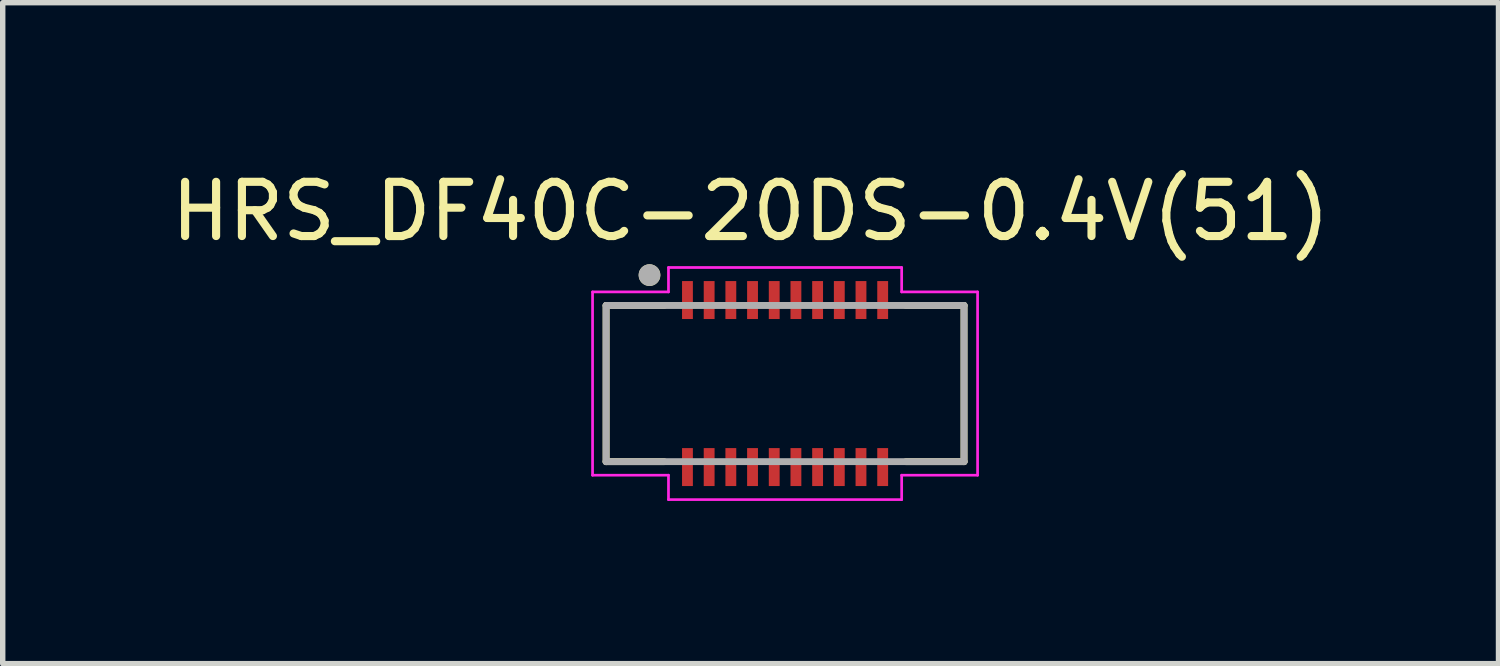
<source format=kicad_pcb>
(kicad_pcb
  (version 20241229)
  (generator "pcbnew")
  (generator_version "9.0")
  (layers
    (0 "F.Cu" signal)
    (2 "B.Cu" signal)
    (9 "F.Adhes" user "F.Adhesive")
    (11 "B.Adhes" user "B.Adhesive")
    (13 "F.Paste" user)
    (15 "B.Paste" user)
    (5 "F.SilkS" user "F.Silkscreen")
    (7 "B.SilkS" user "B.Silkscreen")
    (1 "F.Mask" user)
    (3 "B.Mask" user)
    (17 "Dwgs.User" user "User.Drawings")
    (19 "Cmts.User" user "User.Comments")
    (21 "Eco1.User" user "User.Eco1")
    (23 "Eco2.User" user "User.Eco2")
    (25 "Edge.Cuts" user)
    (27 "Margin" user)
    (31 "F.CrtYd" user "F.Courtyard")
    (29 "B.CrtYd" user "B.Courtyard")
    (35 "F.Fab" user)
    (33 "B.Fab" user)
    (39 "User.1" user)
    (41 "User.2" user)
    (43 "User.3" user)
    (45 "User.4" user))
  (footprint "HRS_DF40C-20DS-0.4V(51)"
    (layer "F.Cu")
    (at 11.427 4.023)
    (property "Reference" "HRS_DF40C-20DS-0.4V(51)" (at -0.635 -3.175 0) (layer "F.SilkS") (effects (font (size 1 1) (thickness 0.15))))
    (attr through_hole)
    (fp_line (start -3.3 -1.44) (end -3.3 1.44) (stroke (width 0.127) (type solid)) (layer "F.SilkS"))
    (fp_line (start -3.3 1.44) (end -2.23 1.44) (stroke (width 0.127) (type solid)) (layer "F.SilkS"))
    (fp_line (start -2.23 -1.44) (end -3.3 -1.44) (stroke (width 0.127) (type solid)) (layer "F.SilkS"))
    (fp_line (start 2.23 -1.44) (end 3.3 -1.44) (stroke (width 0.127) (type solid)) (layer "F.SilkS"))
    (fp_line (start 3.3 -1.44) (end 3.3 1.44) (stroke (width 0.127) (type solid)) (layer "F.SilkS"))
    (fp_line (start 3.3 1.44) (end 2.23 1.44) (stroke (width 0.127) (type solid)) (layer "F.SilkS"))
    (fp_circle (center -2.5 -2) (end -2.4 -2) (stroke (width 0.2) (type solid)) (fill no) (layer "F.SilkS"))
    (fp_poly (pts (xy -1.88 -1.82) (xy -1.72 -1.82) (xy -1.72 -1.26) (xy -1.88 -1.26)) (stroke (width 0.01) (type solid)) (fill yes) (layer "F.Paste"))
    (fp_poly (pts (xy -1.88 1.26) (xy -1.72 1.26) (xy -1.72 1.82) (xy -1.88 1.82)) (stroke (width 0.01) (type solid)) (fill yes) (layer "F.Paste"))
    (fp_poly (pts (xy -1.48 -1.82) (xy -1.32 -1.82) (xy -1.32 -1.26) (xy -1.48 -1.26)) (stroke (width 0.01) (type solid)) (fill yes) (layer "F.Paste"))
    (fp_poly (pts (xy -1.48 1.26) (xy -1.32 1.26) (xy -1.32 1.82) (xy -1.48 1.82)) (stroke (width 0.01) (type solid)) (fill yes) (layer "F.Paste"))
    (fp_poly (pts (xy -1.08 -1.82) (xy -0.92 -1.82) (xy -0.92 -1.26) (xy -1.08 -1.26)) (stroke (width 0.01) (type solid)) (fill yes) (layer "F.Paste"))
    (fp_poly (pts (xy -1.08 1.26) (xy -0.92 1.26) (xy -0.92 1.82) (xy -1.08 1.82)) (stroke (width 0.01) (type solid)) (fill yes) (layer "F.Paste"))
    (fp_poly (pts (xy -0.68 -1.82) (xy -0.52 -1.82) (xy -0.52 -1.26) (xy -0.68 -1.26)) (stroke (width 0.01) (type solid)) (fill yes) (layer "F.Paste"))
    (fp_poly (pts (xy -0.68 1.26) (xy -0.52 1.26) (xy -0.52 1.82) (xy -0.68 1.82)) (stroke (width 0.01) (type solid)) (fill yes) (layer "F.Paste"))
    (fp_poly (pts (xy -0.28 -1.82) (xy -0.12 -1.82) (xy -0.12 -1.26) (xy -0.28 -1.26)) (stroke (width 0.01) (type solid)) (fill yes) (layer "F.Paste"))
    (fp_poly (pts (xy -0.28 1.26) (xy -0.12 1.26) (xy -0.12 1.82) (xy -0.28 1.82)) (stroke (width 0.01) (type solid)) (fill yes) (layer "F.Paste"))
    (fp_poly (pts (xy 0.12 -1.82) (xy 0.28 -1.82) (xy 0.28 -1.26) (xy 0.12 -1.26)) (stroke (width 0.01) (type solid)) (fill yes) (layer "F.Paste"))
    (fp_poly (pts (xy 0.12 1.26) (xy 0.28 1.26) (xy 0.28 1.82) (xy 0.12 1.82)) (stroke (width 0.01) (type solid)) (fill yes) (layer "F.Paste"))
    (fp_poly (pts (xy 0.52 -1.82) (xy 0.68 -1.82) (xy 0.68 -1.26) (xy 0.52 -1.26)) (stroke (width 0.01) (type solid)) (fill yes) (layer "F.Paste"))
    (fp_poly (pts (xy 0.52 1.26) (xy 0.68 1.26) (xy 0.68 1.82) (xy 0.52 1.82)) (stroke (width 0.01) (type solid)) (fill yes) (layer "F.Paste"))
    (fp_poly (pts (xy 0.92 -1.82) (xy 1.08 -1.82) (xy 1.08 -1.26) (xy 0.92 -1.26)) (stroke (width 0.01) (type solid)) (fill yes) (layer "F.Paste"))
    (fp_poly (pts (xy 0.92 1.26) (xy 1.08 1.26) (xy 1.08 1.82) (xy 0.92 1.82)) (stroke (width 0.01) (type solid)) (fill yes) (layer "F.Paste"))
    (fp_poly (pts (xy 1.32 -1.82) (xy 1.48 -1.82) (xy 1.48 -1.26) (xy 1.32 -1.26)) (stroke (width 0.01) (type solid)) (fill yes) (layer "F.Paste"))
    (fp_poly (pts (xy 1.32 1.26) (xy 1.48 1.26) (xy 1.48 1.82) (xy 1.32 1.82)) (stroke (width 0.01) (type solid)) (fill yes) (layer "F.Paste"))
    (fp_poly (pts (xy 1.72 -1.82) (xy 1.88 -1.82) (xy 1.88 -1.26) (xy 1.72 -1.26)) (stroke (width 0.01) (type solid)) (fill yes) (layer "F.Paste"))
    (fp_poly (pts (xy 1.72 1.26) (xy 1.88 1.26) (xy 1.88 1.82) (xy 1.72 1.82)) (stroke (width 0.01) (type solid)) (fill yes) (layer "F.Paste"))
    (fp_line (start -3.55 -1.69) (end -2.15 -1.69) (stroke (width 0.05) (type solid)) (layer "F.CrtYd"))
    (fp_line (start -3.55 1.69) (end -3.55 -1.69) (stroke (width 0.05) (type solid)) (layer "F.CrtYd"))
    (fp_line (start -2.15 -2.14) (end 2.15 -2.14) (stroke (width 0.05) (type solid)) (layer "F.CrtYd"))
    (fp_line (start -2.15 -1.69) (end -2.15 -2.14) (stroke (width 0.05) (type solid)) (layer "F.CrtYd"))
    (fp_line (start -2.15 1.69) (end -3.55 1.69) (stroke (width 0.05) (type solid)) (layer "F.CrtYd"))
    (fp_line (start -2.15 2.14) (end -2.15 1.69) (stroke (width 0.05) (type solid)) (layer "F.CrtYd"))
    (fp_line (start 2.15 -2.14) (end 2.15 -1.69) (stroke (width 0.05) (type solid)) (layer "F.CrtYd"))
    (fp_line (start 2.15 -1.69) (end 3.55 -1.69) (stroke (width 0.05) (type solid)) (layer "F.CrtYd"))
    (fp_line (start 2.15 1.69) (end 2.15 2.14) (stroke (width 0.05) (type solid)) (layer "F.CrtYd"))
    (fp_line (start 2.15 2.14) (end -2.15 2.14) (stroke (width 0.05) (type solid)) (layer "F.CrtYd"))
    (fp_line (start 3.55 -1.69) (end 3.55 1.69) (stroke (width 0.05) (type solid)) (layer "F.CrtYd"))
    (fp_line (start 3.55 1.69) (end 2.15 1.69) (stroke (width 0.05) (type solid)) (layer "F.CrtYd"))
    (fp_line (start -3.3 -1.44) (end 3.3 -1.44) (stroke (width 0.127) (type solid)) (layer "F.Fab"))
    (fp_line (start -3.3 1.44) (end -3.3 -1.44) (stroke (width 0.127) (type solid)) (layer "F.Fab"))
    (fp_line (start 3.3 -1.44) (end 3.3 1.44) (stroke (width 0.127) (type solid)) (layer "F.Fab"))
    (fp_line (start 3.3 1.44) (end -3.3 1.44) (stroke (width 0.127) (type solid)) (layer "F.Fab"))
    (fp_circle (center -2.5 -2) (end -2.4 -2) (stroke (width 0.2) (type solid)) (fill no) (layer "F.Fab"))
    (pad "1" smd rect (at -1.8 -1.54) (size 0.2 0.7) (layers "F.Cu" "F.Mask"))
    (pad "2" smd rect (at -1.8 1.54) (size 0.2 0.7) (layers "F.Cu" "F.Mask"))
    (pad "3" smd rect (at -1.4 -1.54) (size 0.2 0.7) (layers "F.Cu" "F.Mask"))
    (pad "4" smd rect (at -1.4 1.54) (size 0.2 0.7) (layers "F.Cu" "F.Mask"))
    (pad "5" smd rect (at -1 -1.54) (size 0.2 0.7) (layers "F.Cu" "F.Mask"))
    (pad "6" smd rect (at -1 1.54) (size 0.2 0.7) (layers "F.Cu" "F.Mask"))
    (pad "7" smd rect (at -0.6 -1.54) (size 0.2 0.7) (layers "F.Cu" "F.Mask"))
    (pad "8" smd rect (at -0.6 1.54) (size 0.2 0.7) (layers "F.Cu" "F.Mask"))
    (pad "9" smd rect (at -0.2 -1.54) (size 0.2 0.7) (layers "F.Cu" "F.Mask"))
    (pad "10" smd rect (at -0.2 1.54) (size 0.2 0.7) (layers "F.Cu" "F.Mask"))
    (pad "11" smd rect (at 0.2 -1.54) (size 0.2 0.7) (layers "F.Cu" "F.Mask"))
    (pad "12" smd rect (at 0.2 1.54) (size 0.2 0.7) (layers "F.Cu" "F.Mask"))
    (pad "13" smd rect (at 0.6 -1.54) (size 0.2 0.7) (layers "F.Cu" "F.Mask"))
    (pad "14" smd rect (at 0.6 1.54) (size 0.2 0.7) (layers "F.Cu" "F.Mask"))
    (pad "15" smd rect (at 1 -1.54) (size 0.2 0.7) (layers "F.Cu" "F.Mask"))
    (pad "16" smd rect (at 1 1.54) (size 0.2 0.7) (layers "F.Cu" "F.Mask"))
    (pad "17" smd rect (at 1.4 -1.54) (size 0.2 0.7) (layers "F.Cu" "F.Mask"))
    (pad "18" smd rect (at 1.4 1.54) (size 0.2 0.7) (layers "F.Cu" "F.Mask"))
    (pad "19" smd rect (at 1.8 -1.54) (size 0.2 0.7) (layers "F.Cu" "F.Mask"))
    (pad "20" smd rect (at 1.8 1.54) (size 0.2 0.7) (layers "F.Cu" "F.Mask"))
    (zone (net_name "") (layer "F.Cu") (hatch full 0.508) (connect_pads) (min_thickness 0.01) (filled_areas_thickness no) (keepout (tracks not_allowed) (vias not_allowed) (pads not_allowed) (copperpour not_allowed) (footprints allowed)) (placement (enabled no)) (fill) (polygon (pts (xy 9.527 2.833) (xy 9.727 2.833) (xy 9.727 3.273) (xy 9.527 3.273))))
    (zone (net_name "") (layer "F.Cu") (hatch full 0.508) (connect_pads) (min_thickness 0.01) (filled_areas_thickness no) (keepout (tracks not_allowed) (vias not_allowed) (pads not_allowed) (copperpour not_allowed) (footprints allowed)) (placement (enabled no)) (fill) (polygon (pts (xy 9.527 4.773) (xy 9.727 4.773) (xy 9.727 5.213) (xy 9.527 5.213))))
    (zone (net_name "") (layer "F.Cu") (hatch full 0.508) (connect_pads) (min_thickness 0.01) (filled_areas_thickness no) (keepout (tracks not_allowed) (vias not_allowed) (pads not_allowed) (copperpour not_allowed) (footprints allowed)) (placement (enabled no)) (fill) (polygon (pts (xy 9.927 2.833) (xy 10.127 2.833) (xy 10.127 3.273) (xy 9.927 3.273))))
    (zone (net_name "") (layer "F.Cu") (hatch full 0.508) (connect_pads) (min_thickness 0.01) (filled_areas_thickness no) (keepout (tracks not_allowed) (vias not_allowed) (pads not_allowed) (copperpour not_allowed) (footprints allowed)) (placement (enabled no)) (fill) (polygon (pts (xy 9.927 4.773) (xy 10.127 4.773) (xy 10.127 5.213) (xy 9.927 5.213))))
    (zone (net_name "") (layer "F.Cu") (hatch full 0.508) (connect_pads) (min_thickness 0.01) (filled_areas_thickness no) (keepout (tracks not_allowed) (vias not_allowed) (pads not_allowed) (copperpour not_allowed) (footprints allowed)) (placement (enabled no)) (fill) (polygon (pts (xy 10.327 2.833) (xy 10.527 2.833) (xy 10.527 3.273) (xy 10.327 3.273))))
    (zone (net_name "") (layer "F.Cu") (hatch full 0.508) (connect_pads) (min_thickness 0.01) (filled_areas_thickness no) (keepout (tracks not_allowed) (vias not_allowed) (pads not_allowed) (copperpour not_allowed) (footprints allowed)) (placement (enabled no)) (fill) (polygon (pts (xy 10.327 4.773) (xy 10.527 4.773) (xy 10.527 5.213) (xy 10.327 5.213))))
    (zone (net_name "") (layer "F.Cu") (hatch full 0.508) (connect_pads) (min_thickness 0.01) (filled_areas_thickness no) (keepout (tracks not_allowed) (vias not_allowed) (pads not_allowed) (copperpour not_allowed) (footprints allowed)) (placement (enabled no)) (fill) (polygon (pts (xy 10.727 2.833) (xy 10.927 2.833) (xy 10.927 3.273) (xy 10.727 3.273))))
    (zone (net_name "") (layer "F.Cu") (hatch full 0.508) (connect_pads) (min_thickness 0.01) (filled_areas_thickness no) (keepout (tracks not_allowed) (vias not_allowed) (pads not_allowed) (copperpour not_allowed) (footprints allowed)) (placement (enabled no)) (fill) (polygon (pts (xy 10.727 4.773) (xy 10.927 4.773) (xy 10.927 5.213) (xy 10.727 5.213))))
    (zone (net_name "") (layer "F.Cu") (hatch full 0.508) (connect_pads) (min_thickness 0.01) (filled_areas_thickness no) (keepout (tracks not_allowed) (vias not_allowed) (pads not_allowed) (copperpour not_allowed) (footprints allowed)) (placement (enabled no)) (fill) (polygon (pts (xy 11.127 2.833) (xy 11.327 2.833) (xy 11.327 3.273) (xy 11.127 3.273))))
    (zone (net_name "") (layer "F.Cu") (hatch full 0.508) (connect_pads) (min_thickness 0.01) (filled_areas_thickness no) (keepout (tracks not_allowed) (vias not_allowed) (pads not_allowed) (copperpour not_allowed) (footprints allowed)) (placement (enabled no)) (fill) (polygon (pts (xy 11.127 4.773) (xy 11.327 4.773) (xy 11.327 5.213) (xy 11.127 5.213))))
    (zone (net_name "") (layer "F.Cu") (hatch full 0.508) (connect_pads) (min_thickness 0.01) (filled_areas_thickness no) (keepout (tracks not_allowed) (vias not_allowed) (pads not_allowed) (copperpour not_allowed) (footprints allowed)) (placement (enabled no)) (fill) (polygon (pts (xy 11.527 2.833) (xy 11.727 2.833) (xy 11.727 3.273) (xy 11.527 3.273))))
    (zone (net_name "") (layer "F.Cu") (hatch full 0.508) (connect_pads) (min_thickness 0.01) (filled_areas_thickness no) (keepout (tracks not_allowed) (vias not_allowed) (pads not_allowed) (copperpour not_allowed) (footprints allowed)) (placement (enabled no)) (fill) (polygon (pts (xy 11.527 4.773) (xy 11.727 4.773) (xy 11.727 5.213) (xy 11.527 5.213))))
    (zone (net_name "") (layer "F.Cu") (hatch full 0.508) (connect_pads) (min_thickness 0.01) (filled_areas_thickness no) (keepout (tracks not_allowed) (vias not_allowed) (pads not_allowed) (copperpour not_allowed) (footprints allowed)) (placement (enabled no)) (fill) (polygon (pts (xy 11.927 2.833) (xy 12.127 2.833) (xy 12.127 3.273) (xy 11.927 3.273))))
    (zone (net_name "") (layer "F.Cu") (hatch full 0.508) (connect_pads) (min_thickness 0.01) (filled_areas_thickness no) (keepout (tracks not_allowed) (vias not_allowed) (pads not_allowed) (copperpour not_allowed) (footprints allowed)) (placement (enabled no)) (fill) (polygon (pts (xy 11.927 4.773) (xy 12.127 4.773) (xy 12.127 5.213) (xy 11.927 5.213))))
    (zone (net_name "") (layer "F.Cu") (hatch full 0.508) (connect_pads) (min_thickness 0.01) (filled_areas_thickness no) (keepout (tracks not_allowed) (vias not_allowed) (pads not_allowed) (copperpour not_allowed) (footprints allowed)) (placement (enabled no)) (fill) (polygon (pts (xy 12.327 2.833) (xy 12.527 2.833) (xy 12.527 3.273) (xy 12.327 3.273))))
    (zone (net_name "") (layer "F.Cu") (hatch full 0.508) (connect_pads) (min_thickness 0.01) (filled_areas_thickness no) (keepout (tracks not_allowed) (vias not_allowed) (pads not_allowed) (copperpour not_allowed) (footprints allowed)) (placement (enabled no)) (fill) (polygon (pts (xy 12.327 4.773) (xy 12.527 4.773) (xy 12.527 5.213) (xy 12.327 5.213))))
    (zone (net_name "") (layer "F.Cu") (hatch full 0.508) (connect_pads) (min_thickness 0.01) (filled_areas_thickness no) (keepout (tracks not_allowed) (vias not_allowed) (pads not_allowed) (copperpour not_allowed) (footprints allowed)) (placement (enabled no)) (fill) (polygon (pts (xy 12.727 2.833) (xy 12.927 2.833) (xy 12.927 3.273) (xy 12.727 3.273))))
    (zone (net_name "") (layer "F.Cu") (hatch full 0.508) (connect_pads) (min_thickness 0.01) (filled_areas_thickness no) (keepout (tracks not_allowed) (vias not_allowed) (pads not_allowed) (copperpour not_allowed) (footprints allowed)) (placement (enabled no)) (fill) (polygon (pts (xy 12.727 4.773) (xy 12.927 4.773) (xy 12.927 5.213) (xy 12.727 5.213))))
    (zone (net_name "") (layer "F.Cu") (hatch full 0.508) (connect_pads) (min_thickness 0.01) (filled_areas_thickness no) (keepout (tracks not_allowed) (vias not_allowed) (pads not_allowed) (copperpour not_allowed) (footprints allowed)) (placement (enabled no)) (fill) (polygon (pts (xy 13.127 2.833) (xy 13.327 2.833) (xy 13.327 3.273) (xy 13.127 3.273))))
    (zone (net_name "") (layer "F.Cu") (hatch full 0.508) (connect_pads) (min_thickness 0.01) (filled_areas_thickness no) (keepout (tracks not_allowed) (vias not_allowed) (pads not_allowed) (copperpour not_allowed) (footprints allowed)) (placement (enabled no)) (fill) (polygon (pts (xy 13.127 4.773) (xy 13.327 4.773) (xy 13.327 5.213) (xy 13.127 5.213))))
    (zone (net_name "") (layers "F.Cu" "B.Cu") (hatch full 0.508) (connect_pads) (min_thickness 0.01) (filled_areas_thickness no) (keepout (tracks allowed) (vias not_allowed) (pads allowed) (copperpour allowed) (footprints allowed)) (placement (enabled no)) (fill) (polygon (pts (xy 9.527 2.833) (xy 9.727 2.833) (xy 9.727 3.273) (xy 9.527 3.273))))
    (zone (net_name "") (layers "F.Cu" "B.Cu") (hatch full 0.508) (connect_pads) (min_thickness 0.01) (filled_areas_thickness no) (keepout (tracks allowed) (vias not_allowed) (pads allowed) (copperpour allowed) (footprints allowed)) (placement (enabled no)) (fill) (polygon (pts (xy 9.527 4.773) (xy 9.727 4.773) (xy 9.727 5.213) (xy 9.527 5.213))))
    (zone (net_name "") (layers "F.Cu" "B.Cu") (hatch full 0.508) (connect_pads) (min_thickness 0.01) (filled_areas_thickness no) (keepout (tracks allowed) (vias not_allowed) (pads allowed) (copperpour allowed) (footprints allowed)) (placement (enabled no)) (fill) (polygon (pts (xy 9.927 2.833) (xy 10.127 2.833) (xy 10.127 3.273) (xy 9.927 3.273))))
    (zone (net_name "") (layers "F.Cu" "B.Cu") (hatch full 0.508) (connect_pads) (min_thickness 0.01) (filled_areas_thickness no) (keepout (tracks allowed) (vias not_allowed) (pads allowed) (copperpour allowed) (footprints allowed)) (placement (enabled no)) (fill) (polygon (pts (xy 9.927 4.773) (xy 10.127 4.773) (xy 10.127 5.213) (xy 9.927 5.213))))
    (zone (net_name "") (layers "F.Cu" "B.Cu") (hatch full 0.508) (connect_pads) (min_thickness 0.01) (filled_areas_thickness no) (keepout (tracks allowed) (vias not_allowed) (pads allowed) (copperpour allowed) (footprints allowed)) (placement (enabled no)) (fill) (polygon (pts (xy 10.327 2.833) (xy 10.527 2.833) (xy 10.527 3.273) (xy 10.327 3.273))))
    (zone (net_name "") (layers "F.Cu" "B.Cu") (hatch full 0.508) (connect_pads) (min_thickness 0.01) (filled_areas_thickness no) (keepout (tracks allowed) (vias not_allowed) (pads allowed) (copperpour allowed) (footprints allowed)) (placement (enabled no)) (fill) (polygon (pts (xy 10.327 4.773) (xy 10.527 4.773) (xy 10.527 5.213) (xy 10.327 5.213))))
    (zone (net_name "") (layers "F.Cu" "B.Cu") (hatch full 0.508) (connect_pads) (min_thickness 0.01) (filled_areas_thickness no) (keepout (tracks allowed) (vias not_allowed) (pads allowed) (copperpour allowed) (footprints allowed)) (placement (enabled no)) (fill) (polygon (pts (xy 10.727 2.833) (xy 10.927 2.833) (xy 10.927 3.273) (xy 10.727 3.273))))
    (zone (net_name "") (layers "F.Cu" "B.Cu") (hatch full 0.508) (connect_pads) (min_thickness 0.01) (filled_areas_thickness no) (keepout (tracks allowed) (vias not_allowed) (pads allowed) (copperpour allowed) (footprints allowed)) (placement (enabled no)) (fill) (polygon (pts (xy 10.727 4.773) (xy 10.927 4.773) (xy 10.927 5.213) (xy 10.727 5.213))))
    (zone (net_name "") (layers "F.Cu" "B.Cu") (hatch full 0.508) (connect_pads) (min_thickness 0.01) (filled_areas_thickness no) (keepout (tracks allowed) (vias not_allowed) (pads allowed) (copperpour allowed) (footprints allowed)) (placement (enabled no)) (fill) (polygon (pts (xy 11.127 2.833) (xy 11.327 2.833) (xy 11.327 3.273) (xy 11.127 3.273))))
    (zone (net_name "") (layers "F.Cu" "B.Cu") (hatch full 0.508) (connect_pads) (min_thickness 0.01) (filled_areas_thickness no) (keepout (tracks allowed) (vias not_allowed) (pads allowed) (copperpour allowed) (footprints allowed)) (placement (enabled no)) (fill) (polygon (pts (xy 11.127 4.773) (xy 11.327 4.773) (xy 11.327 5.213) (xy 11.127 5.213))))
    (zone (net_name "") (layers "F.Cu" "B.Cu") (hatch full 0.508) (connect_pads) (min_thickness 0.01) (filled_areas_thickness no) (keepout (tracks allowed) (vias not_allowed) (pads allowed) (copperpour allowed) (footprints allowed)) (placement (enabled no)) (fill) (polygon (pts (xy 11.527 2.833) (xy 11.727 2.833) (xy 11.727 3.273) (xy 11.527 3.273))))
    (zone (net_name "") (layers "F.Cu" "B.Cu") (hatch full 0.508) (connect_pads) (min_thickness 0.01) (filled_areas_thickness no) (keepout (tracks allowed) (vias not_allowed) (pads allowed) (copperpour allowed) (footprints allowed)) (placement (enabled no)) (fill) (polygon (pts (xy 11.527 4.773) (xy 11.727 4.773) (xy 11.727 5.213) (xy 11.527 5.213))))
    (zone (net_name "") (layers "F.Cu" "B.Cu") (hatch full 0.508) (connect_pads) (min_thickness 0.01) (filled_areas_thickness no) (keepout (tracks allowed) (vias not_allowed) (pads allowed) (copperpour allowed) (footprints allowed)) (placement (enabled no)) (fill) (polygon (pts (xy 11.927 2.833) (xy 12.127 2.833) (xy 12.127 3.273) (xy 11.927 3.273))))
    (zone (net_name "") (layers "F.Cu" "B.Cu") (hatch full 0.508) (connect_pads) (min_thickness 0.01) (filled_areas_thickness no) (keepout (tracks allowed) (vias not_allowed) (pads allowed) (copperpour allowed) (footprints allowed)) (placement (enabled no)) (fill) (polygon (pts (xy 11.927 4.773) (xy 12.127 4.773) (xy 12.127 5.213) (xy 11.927 5.213))))
    (zone (net_name "") (layers "F.Cu" "B.Cu") (hatch full 0.508) (connect_pads) (min_thickness 0.01) (filled_areas_thickness no) (keepout (tracks allowed) (vias not_allowed) (pads allowed) (copperpour allowed) (footprints allowed)) (placement (enabled no)) (fill) (polygon (pts (xy 12.327 2.833) (xy 12.527 2.833) (xy 12.527 3.273) (xy 12.327 3.273))))
    (zone (net_name "") (layers "F.Cu" "B.Cu") (hatch full 0.508) (connect_pads) (min_thickness 0.01) (filled_areas_thickness no) (keepout (tracks allowed) (vias not_allowed) (pads allowed) (copperpour allowed) (footprints allowed)) (placement (enabled no)) (fill) (polygon (pts (xy 12.327 4.773) (xy 12.527 4.773) (xy 12.527 5.213) (xy 12.327 5.213))))
    (zone (net_name "") (layers "F.Cu" "B.Cu") (hatch full 0.508) (connect_pads) (min_thickness 0.01) (filled_areas_thickness no) (keepout (tracks allowed) (vias not_allowed) (pads allowed) (copperpour allowed) (footprints allowed)) (placement (enabled no)) (fill) (polygon (pts (xy 12.727 2.833) (xy 12.927 2.833) (xy 12.927 3.273) (xy 12.727 3.273))))
    (zone (net_name "") (layers "F.Cu" "B.Cu") (hatch full 0.508) (connect_pads) (min_thickness 0.01) (filled_areas_thickness no) (keepout (tracks allowed) (vias not_allowed) (pads allowed) (copperpour allowed) (footprints allowed)) (placement (enabled no)) (fill) (polygon (pts (xy 12.727 4.773) (xy 12.927 4.773) (xy 12.927 5.213) (xy 12.727 5.213))))
    (zone (net_name "") (layers "F.Cu" "B.Cu") (hatch full 0.508) (connect_pads) (min_thickness 0.01) (filled_areas_thickness no) (keepout (tracks allowed) (vias not_allowed) (pads allowed) (copperpour allowed) (footprints allowed)) (placement (enabled no)) (fill) (polygon (pts (xy 13.127 2.833) (xy 13.327 2.833) (xy 13.327 3.273) (xy 13.127 3.273))))
    (zone (net_name "") (layers "F.Cu" "B.Cu") (hatch full 0.508) (connect_pads) (min_thickness 0.01) (filled_areas_thickness no) (keepout (tracks allowed) (vias not_allowed) (pads allowed) (copperpour allowed) (footprints allowed)) (placement (enabled no)) (fill) (polygon (pts (xy 13.127 4.773) (xy 13.327 4.773) (xy 13.327 5.213) (xy 13.127 5.213)))))
  (gr_rect
    (start -3 -3)
    (end 24.583 9.188)
    (stroke (width 0.1) (type default))
    (fill no)
    (layer "Edge.Cuts")))
</source>
